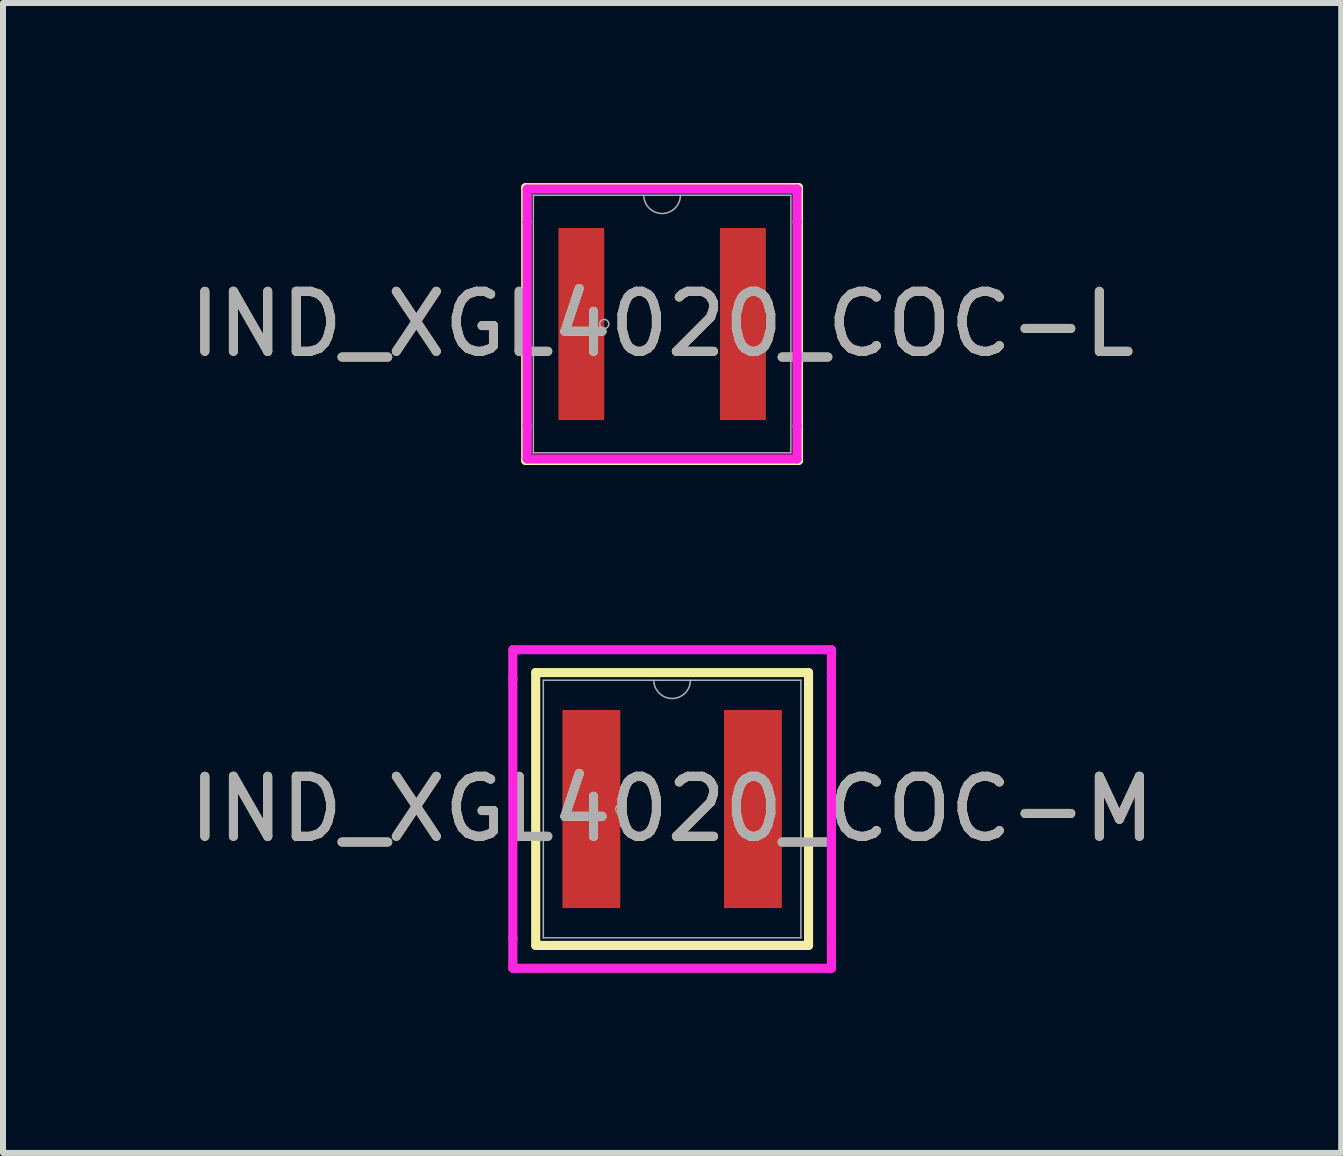
<source format=kicad_pcb>
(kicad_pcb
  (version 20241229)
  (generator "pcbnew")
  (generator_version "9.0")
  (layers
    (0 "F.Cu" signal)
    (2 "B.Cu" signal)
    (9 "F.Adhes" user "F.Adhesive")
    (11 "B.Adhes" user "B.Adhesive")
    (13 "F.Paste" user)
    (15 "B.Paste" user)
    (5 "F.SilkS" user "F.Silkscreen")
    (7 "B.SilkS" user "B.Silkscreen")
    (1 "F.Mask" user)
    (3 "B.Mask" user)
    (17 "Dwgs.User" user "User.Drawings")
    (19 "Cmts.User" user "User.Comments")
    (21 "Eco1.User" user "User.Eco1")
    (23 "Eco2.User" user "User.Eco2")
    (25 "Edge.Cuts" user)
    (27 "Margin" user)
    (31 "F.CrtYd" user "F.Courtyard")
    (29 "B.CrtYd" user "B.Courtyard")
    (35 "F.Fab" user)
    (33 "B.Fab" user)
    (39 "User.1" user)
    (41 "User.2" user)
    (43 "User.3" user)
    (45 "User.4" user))
  (footprint "IND_XGL4020_COC-M"
    (layer "F.Cu")
    (at 8.149 10.43)
    (property "Reference" "IND_XGL4020_COC-M" (at 0 0 0) (unlocked yes) (layer "F.SilkS") (effects (font (size 1 1) (thickness 0.15))))
    (attr smd)
    (fp_line (start -2.273 -2.273) (end -2.273 2.273) (stroke (width 0.152) (type solid)) (layer "F.SilkS"))
    (fp_line (start -2.273 2.273) (end 2.273 2.273) (stroke (width 0.152) (type solid)) (layer "F.SilkS"))
    (fp_line (start 2.273 -2.273) (end -2.273 -2.273) (stroke (width 0.152) (type solid)) (layer "F.SilkS"))
    (fp_line (start 2.273 2.273) (end 2.273 -2.273) (stroke (width 0.152) (type solid)) (layer "F.SilkS"))
    (fp_line (start -2.654 -2.654) (end 2.654 -2.654) (stroke (width 0.152) (type solid)) (layer "F.CrtYd"))
    (fp_line (start -2.654 -2.159) (end -2.654 -2.654) (stroke (width 0.152) (type solid)) (layer "F.CrtYd"))
    (fp_line (start -2.654 -2.159) (end -2.654 -2.159) (stroke (width 0.152) (type solid)) (layer "F.CrtYd"))
    (fp_line (start -2.654 2.159) (end -2.654 -2.159) (stroke (width 0.152) (type solid)) (layer "F.CrtYd"))
    (fp_line (start -2.654 2.159) (end -2.654 2.159) (stroke (width 0.152) (type solid)) (layer "F.CrtYd"))
    (fp_line (start -2.654 2.654) (end -2.654 2.159) (stroke (width 0.152) (type solid)) (layer "F.CrtYd"))
    (fp_line (start 2.654 -2.654) (end 2.654 -2.159) (stroke (width 0.152) (type solid)) (layer "F.CrtYd"))
    (fp_line (start 2.654 -2.159) (end 2.654 -2.159) (stroke (width 0.152) (type solid)) (layer "F.CrtYd"))
    (fp_line (start 2.654 -2.159) (end 2.654 2.159) (stroke (width 0.152) (type solid)) (layer "F.CrtYd"))
    (fp_line (start 2.654 2.159) (end 2.654 2.159) (stroke (width 0.152) (type solid)) (layer "F.CrtYd"))
    (fp_line (start 2.654 2.159) (end 2.654 2.654) (stroke (width 0.152) (type solid)) (layer "F.CrtYd"))
    (fp_line (start 2.654 2.654) (end -2.654 2.654) (stroke (width 0.152) (type solid)) (layer "F.CrtYd"))
    (fp_line (start -2.146 -2.146) (end -2.146 2.146) (stroke (width 0.025) (type solid)) (layer "F.Fab"))
    (fp_line (start -2.146 2.146) (end 2.146 2.146) (stroke (width 0.025) (type solid)) (layer "F.Fab"))
    (fp_line (start 2.146 -2.146) (end -2.146 -2.146) (stroke (width 0.025) (type solid)) (layer "F.Fab"))
    (fp_line (start 2.146 2.146) (end 2.146 -2.146) (stroke (width 0.025) (type solid)) (layer "F.Fab"))
    (fp_arc (start 0.3048 -2.1463) (mid 0 -1.8415) (end -0.3048 -2.1463) (stroke (width 0.0254) (type solid)) (layer "F.Fab"))
    (fp_circle (center -0.864 0) (end -0.788 0) (stroke (width 0.025) (type solid)) (fill no) (layer "F.Fab"))
    (fp_text user "${REFERENCE}" (at 0 0 0) (unlocked yes) (layer "F.Fab") (effects (font (size 1 1) (thickness 0.15))))
    (pad "1" smd rect (at -1.346 0) (size 0.964 3.301) (layers "F.Cu" "F.Mask" "F.Paste"))
    (pad "2" smd rect (at 1.346 0) (size 0.964 3.301) (layers "F.Cu" "F.Mask" "F.Paste")))
  (footprint "IND_XGL4020_COC-L"
    (layer "F.Cu")
    (at 7.982 2.349)
    (property "Reference" "IND_XGL4020_COC-L" (at 0 0 0) (unlocked yes) (layer "F.SilkS") (effects (font (size 1 1) (thickness 0.15))))
    (attr smd)
    (fp_line (start -2.273 -2.273) (end -2.273 2.273) (stroke (width 0.152) (type solid)) (layer "F.SilkS"))
    (fp_line (start -2.273 2.273) (end 2.273 2.273) (stroke (width 0.152) (type solid)) (layer "F.SilkS"))
    (fp_line (start 2.273 -2.273) (end -2.273 -2.273) (stroke (width 0.152) (type solid)) (layer "F.SilkS"))
    (fp_line (start 2.273 2.273) (end 2.273 -2.273) (stroke (width 0.152) (type solid)) (layer "F.SilkS"))
    (fp_line (start -2.248 -2.248) (end 2.248 -2.248) (stroke (width 0.152) (type solid)) (layer "F.CrtYd"))
    (fp_line (start -2.248 -1.702) (end -2.248 -2.248) (stroke (width 0.152) (type solid)) (layer "F.CrtYd"))
    (fp_line (start -2.248 -1.702) (end -2.248 -1.702) (stroke (width 0.152) (type solid)) (layer "F.CrtYd"))
    (fp_line (start -2.248 1.702) (end -2.248 -1.702) (stroke (width 0.152) (type solid)) (layer "F.CrtYd"))
    (fp_line (start -2.248 1.702) (end -2.248 1.702) (stroke (width 0.152) (type solid)) (layer "F.CrtYd"))
    (fp_line (start -2.248 2.248) (end -2.248 1.702) (stroke (width 0.152) (type solid)) (layer "F.CrtYd"))
    (fp_line (start 2.248 -2.248) (end 2.248 -1.702) (stroke (width 0.152) (type solid)) (layer "F.CrtYd"))
    (fp_line (start 2.248 -1.702) (end 2.248 -1.702) (stroke (width 0.152) (type solid)) (layer "F.CrtYd"))
    (fp_line (start 2.248 -1.702) (end 2.248 1.702) (stroke (width 0.152) (type solid)) (layer "F.CrtYd"))
    (fp_line (start 2.248 1.702) (end 2.248 1.702) (stroke (width 0.152) (type solid)) (layer "F.CrtYd"))
    (fp_line (start 2.248 1.702) (end 2.248 2.248) (stroke (width 0.152) (type solid)) (layer "F.CrtYd"))
    (fp_line (start 2.248 2.248) (end -2.248 2.248) (stroke (width 0.152) (type solid)) (layer "F.CrtYd"))
    (fp_line (start -2.146 -2.146) (end -2.146 2.146) (stroke (width 0.025) (type solid)) (layer "F.Fab"))
    (fp_line (start -2.146 2.146) (end 2.146 2.146) (stroke (width 0.025) (type solid)) (layer "F.Fab"))
    (fp_line (start 2.146 -2.146) (end -2.146 -2.146) (stroke (width 0.025) (type solid)) (layer "F.Fab"))
    (fp_line (start 2.146 2.146) (end 2.146 -2.146) (stroke (width 0.025) (type solid)) (layer "F.Fab"))
    (fp_arc (start 0.3048 -2.1463) (mid 0 -1.8415) (end -0.3048 -2.1463) (stroke (width 0.0254) (type solid)) (layer "F.Fab"))
    (fp_circle (center -0.964 0) (end -0.888 0) (stroke (width 0.025) (type solid)) (fill no) (layer "F.Fab"))
    (fp_text user "${REFERENCE}" (at 0 0 0) (unlocked yes) (layer "F.Fab") (effects (font (size 1 1) (thickness 0.15))))
    (pad "1" smd rect (at -1.346 0) (size 0.764 3.201) (layers "F.Cu" "F.Mask" "F.Paste"))
    (pad "2" smd rect (at 1.346 0) (size 0.764 3.201) (layers "F.Cu" "F.Mask" "F.Paste")))
  (gr_rect
    (start -3 -3)
    (end 19.298 16.16)
    (stroke (width 0.1) (type default))
    (fill no)
    (layer "Edge.Cuts")))
</source>
